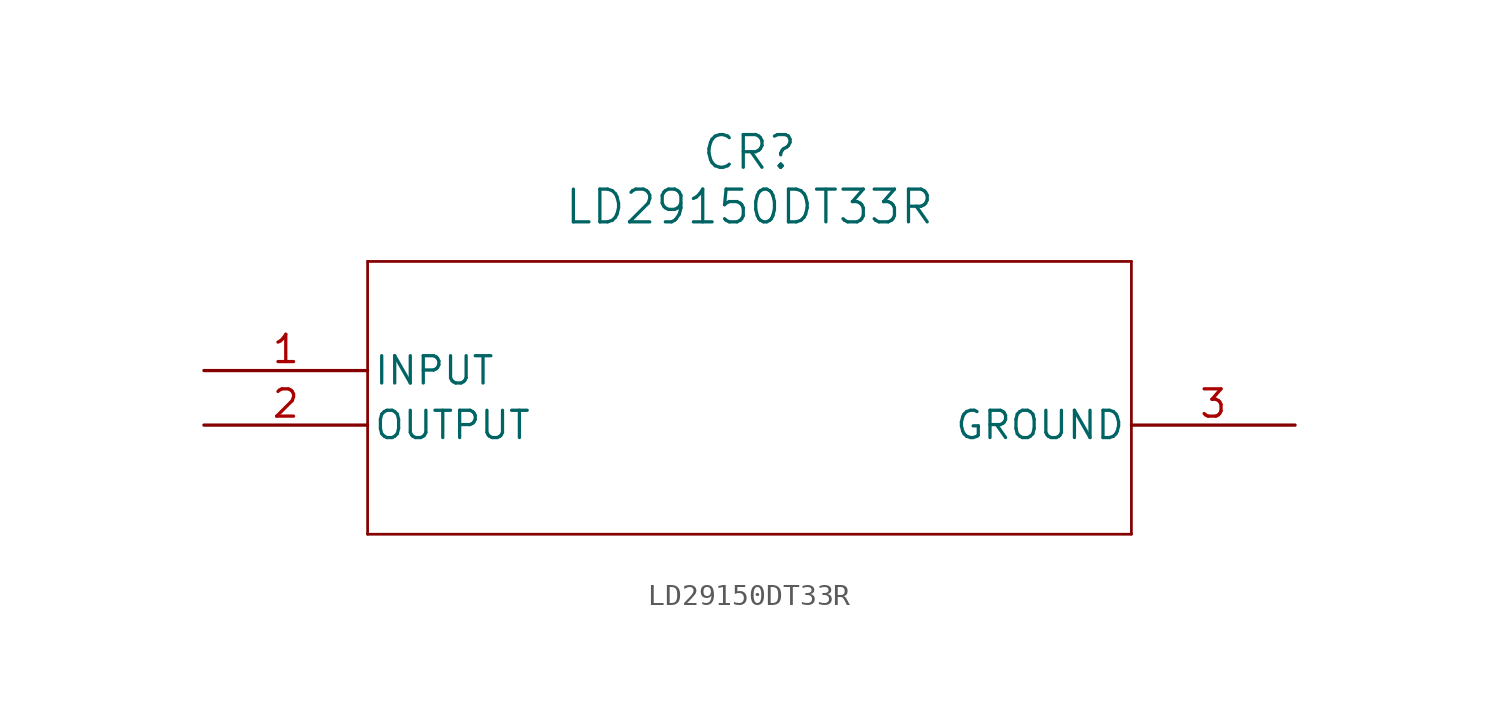
<source format=kicad_sym>
(kicad_symbol_lib
  (version 20211014)
  (generator kicad_symbol_editor)
  (symbol "LD29150DT33R"
    (pin_names
      (offset 0.254))
    (property "Reference" "CR"
      (at 25.4 10.16 0)
      (effects (font (size 1.524 1.524))))
    (property "Value" "LD29150DT33R"
      (at 25.4 7.62 0)
      (effects (font (size 1.524 1.524))))
    (symbol "LD29150DT33R_0_1"
      (polyline (pts (xy 7.62 5.08) (xy 7.62 -7.62)) (stroke (width 0.127) (type default) (color 0 0 0 0)) (fill (type none)))
      (polyline (pts (xy 7.62 -7.62) (xy 43.18 -7.62)) (stroke (width 0.127) (type default) (color 0 0 0 0)) (fill (type none)))
      (polyline (pts (xy 43.18 -7.62) (xy 43.18 5.08)) (stroke (width 0.127) (type default) (color 0 0 0 0)) (fill (type none)))
      (polyline (pts (xy 43.18 5.08) (xy 7.62 5.08)) (stroke (width 0.127) (type default) (color 0 0 0 0)) (fill (type none)))
      (pin input line (at 0 0 0) (length 7.62) (name "INPUT" (effects (font (size 1.27 1.27)))) (number "1" (effects (font (size 1.27 1.27)))))
      (pin output line (at 0 -2.54 0) (length 7.62) (name "OUTPUT" (effects (font (size 1.27 1.27)))) (number "2" (effects (font (size 1.27 1.27)))))
      (pin power_out line (at 50.8 -2.54 180) (length 7.62) (name "GROUND" (effects (font (size 1.27 1.27)))) (number "3" (effects (font (size 1.27 1.27))))))))
</source>
